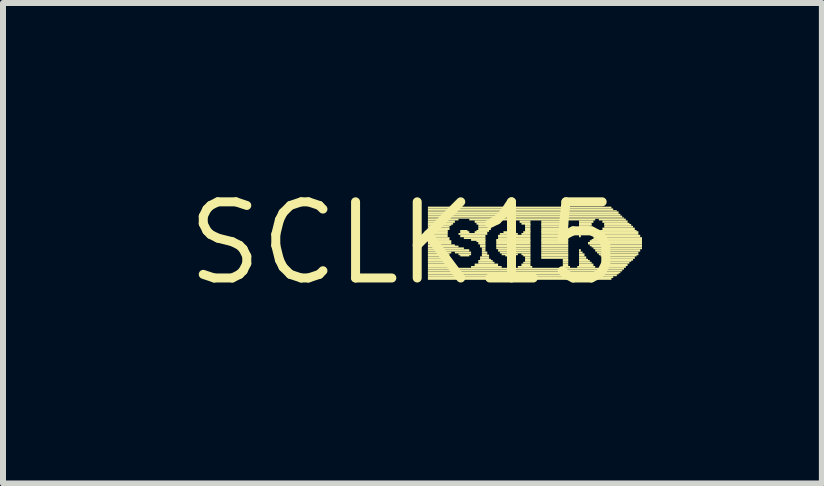
<source format=kicad_pcb>
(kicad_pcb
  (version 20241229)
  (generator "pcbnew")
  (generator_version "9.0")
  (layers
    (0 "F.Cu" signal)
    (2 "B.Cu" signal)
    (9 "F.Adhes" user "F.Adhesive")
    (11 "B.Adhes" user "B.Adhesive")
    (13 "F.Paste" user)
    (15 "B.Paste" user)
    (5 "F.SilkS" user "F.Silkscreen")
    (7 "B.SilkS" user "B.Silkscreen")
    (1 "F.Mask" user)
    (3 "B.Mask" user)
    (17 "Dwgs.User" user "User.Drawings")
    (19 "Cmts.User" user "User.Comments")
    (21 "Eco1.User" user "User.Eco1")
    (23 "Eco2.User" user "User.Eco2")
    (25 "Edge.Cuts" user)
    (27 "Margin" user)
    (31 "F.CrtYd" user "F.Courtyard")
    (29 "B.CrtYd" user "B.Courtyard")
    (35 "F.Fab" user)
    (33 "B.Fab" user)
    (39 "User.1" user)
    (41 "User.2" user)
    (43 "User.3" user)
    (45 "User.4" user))
  (footprint "SCLK15"
    (layer "F.Cu")
    (at 3.696 1.006)
    (property "Reference" "SCLK15" (at 0 0 0) (layer "F.SilkS") (effects (font (size 1.27 1.27) (thickness 0.15))))
    (fp_poly (pts (xy 0.39 -0.58) (xy 3.45 -0.58) (xy 3.45 -0.61) (xy 0.39 -0.61)) (stroke (width 0) (type default)) (fill yes) (layer "F.SilkS"))
    (fp_poly (pts (xy 0.39 -0.55) (xy 3.48 -0.55) (xy 3.48 -0.58) (xy 0.39 -0.58)) (stroke (width 0) (type default)) (fill yes) (layer "F.SilkS"))
    (fp_poly (pts (xy 0.39 -0.53) (xy 3.54 -0.53) (xy 3.54 -0.55) (xy 0.39 -0.55)) (stroke (width 0) (type default)) (fill yes) (layer "F.SilkS"))
    (fp_poly (pts (xy 0.39 -0.49) (xy 3.57 -0.49) (xy 3.57 -0.53) (xy 0.39 -0.53)) (stroke (width 0) (type default)) (fill yes) (layer "F.SilkS"))
    (fp_poly (pts (xy 0.39 -0.46) (xy 3.6 -0.46) (xy 3.6 -0.49) (xy 0.39 -0.49)) (stroke (width 0) (type default)) (fill yes) (layer "F.SilkS"))
    (fp_poly (pts (xy 0.39 -0.43) (xy 3.63 -0.43) (xy 3.63 -0.46) (xy 0.39 -0.46)) (stroke (width 0) (type default)) (fill yes) (layer "F.SilkS"))
    (fp_poly (pts (xy 0.39 -0.41) (xy 3.66 -0.41) (xy 3.66 -0.43) (xy 0.39 -0.43)) (stroke (width 0) (type default)) (fill yes) (layer "F.SilkS"))
    (fp_poly (pts (xy 0.39 -0.38) (xy 0.9 -0.38) (xy 0.9 -0.41) (xy 0.39 -0.41)) (stroke (width 0) (type default)) (fill yes) (layer "F.SilkS"))
    (fp_poly (pts (xy 0.39 -0.34) (xy 0.84 -0.34) (xy 0.84 -0.38) (xy 0.39 -0.38)) (stroke (width 0) (type default)) (fill yes) (layer "F.SilkS"))
    (fp_poly (pts (xy 0.39 -0.31) (xy 0.81 -0.31) (xy 0.81 -0.34) (xy 0.39 -0.34)) (stroke (width 0) (type default)) (fill yes) (layer "F.SilkS"))
    (fp_poly (pts (xy 0.39 -0.29) (xy 0.78 -0.29) (xy 0.78 -0.32) (xy 0.39 -0.32)) (stroke (width 0) (type default)) (fill yes) (layer "F.SilkS"))
    (fp_poly (pts (xy 0.39 -0.26) (xy 0.75 -0.26) (xy 0.75 -0.29) (xy 0.39 -0.29)) (stroke (width 0) (type default)) (fill yes) (layer "F.SilkS"))
    (fp_poly (pts (xy 0.39 -0.22) (xy 0.75 -0.22) (xy 0.75 -0.26) (xy 0.39 -0.26)) (stroke (width 0) (type default)) (fill yes) (layer "F.SilkS"))
    (fp_poly (pts (xy 0.39 -0.19) (xy 0.72 -0.19) (xy 0.72 -0.22) (xy 0.39 -0.22)) (stroke (width 0) (type default)) (fill yes) (layer "F.SilkS"))
    (fp_poly (pts (xy 0.39 -0.17) (xy 0.72 -0.17) (xy 0.72 -0.2) (xy 0.39 -0.2)) (stroke (width 0) (type default)) (fill yes) (layer "F.SilkS"))
    (fp_poly (pts (xy 0.39 -0.14) (xy 0.72 -0.14) (xy 0.72 -0.17) (xy 0.39 -0.17)) (stroke (width 0) (type default)) (fill yes) (layer "F.SilkS"))
    (fp_poly (pts (xy 0.39 -0.1) (xy 0.72 -0.1) (xy 0.72 -0.14) (xy 0.39 -0.14)) (stroke (width 0) (type default)) (fill yes) (layer "F.SilkS"))
    (fp_poly (pts (xy 0.39 -0.07) (xy 0.75 -0.07) (xy 0.75 -0.1) (xy 0.39 -0.1)) (stroke (width 0) (type default)) (fill yes) (layer "F.SilkS"))
    (fp_poly (pts (xy 0.39 -0.04) (xy 0.75 -0.04) (xy 0.75 -0.07) (xy 0.39 -0.07)) (stroke (width 0) (type default)) (fill yes) (layer "F.SilkS"))
    (fp_poly (pts (xy 0.39 -0.02) (xy 0.78 -0.02) (xy 0.78 -0.05) (xy 0.39 -0.05)) (stroke (width 0) (type default)) (fill yes) (layer "F.SilkS"))
    (fp_poly (pts (xy 0.39 0.02) (xy 0.78 0.02) (xy 0.78 -0.02) (xy 0.39 -0.02)) (stroke (width 0) (type default)) (fill yes) (layer "F.SilkS"))
    (fp_poly (pts (xy 0.39 0.05) (xy 0.84 0.05) (xy 0.84 0.02) (xy 0.39 0.02)) (stroke (width 0) (type default)) (fill yes) (layer "F.SilkS"))
    (fp_poly (pts (xy 0.39 0.07) (xy 0.9 0.07) (xy 0.9 0.04) (xy 0.39 0.04)) (stroke (width 0) (type default)) (fill yes) (layer "F.SilkS"))
    (fp_poly (pts (xy 0.39 0.1) (xy 0.99 0.1) (xy 0.99 0.07) (xy 0.39 0.07)) (stroke (width 0) (type default)) (fill yes) (layer "F.SilkS"))
    (fp_poly (pts (xy 0.39 0.14) (xy 1.08 0.14) (xy 1.08 0.1) (xy 0.39 0.1)) (stroke (width 0) (type default)) (fill yes) (layer "F.SilkS"))
    (fp_poly (pts (xy 0.39 0.17) (xy 0.78 0.17) (xy 0.78 0.14) (xy 0.39 0.14)) (stroke (width 0) (type default)) (fill yes) (layer "F.SilkS"))
    (fp_poly (pts (xy 0.39 0.2) (xy 0.75 0.2) (xy 0.75 0.17) (xy 0.39 0.17)) (stroke (width 0) (type default)) (fill yes) (layer "F.SilkS"))
    (fp_poly (pts (xy 0.39 0.22) (xy 0.72 0.22) (xy 0.72 0.19) (xy 0.39 0.19)) (stroke (width 0) (type default)) (fill yes) (layer "F.SilkS"))
    (fp_poly (pts (xy 0.39 0.26) (xy 0.72 0.26) (xy 0.72 0.22) (xy 0.39 0.22)) (stroke (width 0) (type default)) (fill yes) (layer "F.SilkS"))
    (fp_poly (pts (xy 0.39 0.29) (xy 0.72 0.29) (xy 0.72 0.26) (xy 0.39 0.26)) (stroke (width 0) (type default)) (fill yes) (layer "F.SilkS"))
    (fp_poly (pts (xy 0.39 0.31) (xy 0.75 0.31) (xy 0.75 0.28) (xy 0.39 0.28)) (stroke (width 0) (type default)) (fill yes) (layer "F.SilkS"))
    (fp_poly (pts (xy 0.39 0.34) (xy 0.78 0.34) (xy 0.78 0.31) (xy 0.39 0.31)) (stroke (width 0) (type default)) (fill yes) (layer "F.SilkS"))
    (fp_poly (pts (xy 0.39 0.38) (xy 0.81 0.38) (xy 0.81 0.34) (xy 0.39 0.34)) (stroke (width 0) (type default)) (fill yes) (layer "F.SilkS"))
    (fp_poly (pts (xy 0.39 0.41) (xy 0.87 0.41) (xy 0.87 0.38) (xy 0.39 0.38)) (stroke (width 0) (type default)) (fill yes) (layer "F.SilkS"))
    (fp_poly (pts (xy 0.39 0.44) (xy 3.66 0.44) (xy 3.66 0.41) (xy 0.39 0.41)) (stroke (width 0) (type default)) (fill yes) (layer "F.SilkS"))
    (fp_poly (pts (xy 0.39 0.47) (xy 3.63 0.47) (xy 3.63 0.44) (xy 0.39 0.44)) (stroke (width 0) (type default)) (fill yes) (layer "F.SilkS"))
    (fp_poly (pts (xy 0.39 0.5) (xy 3.6 0.5) (xy 3.6 0.47) (xy 0.39 0.47)) (stroke (width 0) (type default)) (fill yes) (layer "F.SilkS"))
    (fp_poly (pts (xy 0.39 0.52) (xy 3.57 0.52) (xy 3.57 0.49) (xy 0.39 0.49)) (stroke (width 0) (type default)) (fill yes) (layer "F.SilkS"))
    (fp_poly (pts (xy 0.39 0.55) (xy 3.54 0.55) (xy 3.54 0.52) (xy 0.39 0.52)) (stroke (width 0) (type default)) (fill yes) (layer "F.SilkS"))
    (fp_poly (pts (xy 0.39 0.58) (xy 3.48 0.58) (xy 3.48 0.55) (xy 0.39 0.55)) (stroke (width 0) (type default)) (fill yes) (layer "F.SilkS"))
    (fp_poly (pts (xy 0.39 0.61) (xy 3.45 0.61) (xy 3.45 0.58) (xy 0.39 0.58)) (stroke (width 0) (type default)) (fill yes) (layer "F.SilkS"))
    (fp_poly (pts (xy 0.84 0.17) (xy 1.11 0.17) (xy 1.11 0.14) (xy 0.84 0.14)) (stroke (width 0) (type default)) (fill yes) (layer "F.SilkS"))
    (fp_poly (pts (xy 0.9 -0.14) (xy 1.38 -0.14) (xy 1.38 -0.17) (xy 0.9 -0.17)) (stroke (width 0) (type default)) (fill yes) (layer "F.SilkS"))
    (fp_poly (pts (xy 0.9 0.2) (xy 1.11 0.2) (xy 1.11 0.17) (xy 0.9 0.17)) (stroke (width 0) (type default)) (fill yes) (layer "F.SilkS"))
    (fp_poly (pts (xy 0.93 -0.19) (xy 1.05 -0.19) (xy 1.05 -0.22) (xy 0.93 -0.22)) (stroke (width 0) (type default)) (fill yes) (layer "F.SilkS"))
    (fp_poly (pts (xy 0.93 -0.17) (xy 1.08 -0.17) (xy 1.08 -0.2) (xy 0.93 -0.2)) (stroke (width 0) (type default)) (fill yes) (layer "F.SilkS"))
    (fp_poly (pts (xy 0.93 -0.1) (xy 1.35 -0.1) (xy 1.35 -0.14) (xy 0.93 -0.14)) (stroke (width 0) (type default)) (fill yes) (layer "F.SilkS"))
    (fp_poly (pts (xy 0.93 0.22) (xy 1.08 0.22) (xy 1.08 0.19) (xy 0.93 0.19)) (stroke (width 0) (type default)) (fill yes) (layer "F.SilkS"))
    (fp_poly (pts (xy 0.99 -0.07) (xy 1.35 -0.07) (xy 1.35 -0.1) (xy 0.99 -0.1)) (stroke (width 0) (type default)) (fill yes) (layer "F.SilkS"))
    (fp_poly (pts (xy 1.08 -0.38) (xy 1.71 -0.38) (xy 1.71 -0.41) (xy 1.08 -0.41)) (stroke (width 0) (type default)) (fill yes) (layer "F.SilkS"))
    (fp_poly (pts (xy 1.11 -0.04) (xy 1.35 -0.04) (xy 1.35 -0.07) (xy 1.11 -0.07)) (stroke (width 0) (type default)) (fill yes) (layer "F.SilkS"))
    (fp_poly (pts (xy 1.11 0.41) (xy 1.62 0.41) (xy 1.62 0.38) (xy 1.11 0.38)) (stroke (width 0) (type default)) (fill yes) (layer "F.SilkS"))
    (fp_poly (pts (xy 1.17 -0.34) (xy 1.59 -0.34) (xy 1.59 -0.38) (xy 1.17 -0.38)) (stroke (width 0) (type default)) (fill yes) (layer "F.SilkS"))
    (fp_poly (pts (xy 1.17 -0.17) (xy 1.38 -0.17) (xy 1.38 -0.2) (xy 1.17 -0.2)) (stroke (width 0) (type default)) (fill yes) (layer "F.SilkS"))
    (fp_poly (pts (xy 1.17 0.38) (xy 1.56 0.38) (xy 1.56 0.34) (xy 1.17 0.34)) (stroke (width 0) (type default)) (fill yes) (layer "F.SilkS"))
    (fp_poly (pts (xy 1.2 -0.31) (xy 1.53 -0.31) (xy 1.53 -0.34) (xy 1.2 -0.34)) (stroke (width 0) (type default)) (fill yes) (layer "F.SilkS"))
    (fp_poly (pts (xy 1.2 -0.19) (xy 1.41 -0.19) (xy 1.41 -0.22) (xy 1.2 -0.22)) (stroke (width 0) (type default)) (fill yes) (layer "F.SilkS"))
    (fp_poly (pts (xy 1.2 -0.02) (xy 1.35 -0.02) (xy 1.35 -0.05) (xy 1.2 -0.05)) (stroke (width 0) (type default)) (fill yes) (layer "F.SilkS"))
    (fp_poly (pts (xy 1.23 -0.29) (xy 1.5 -0.29) (xy 1.5 -0.32) (xy 1.23 -0.32)) (stroke (width 0) (type default)) (fill yes) (layer "F.SilkS"))
    (fp_poly (pts (xy 1.23 -0.26) (xy 1.44 -0.26) (xy 1.44 -0.29) (xy 1.23 -0.29)) (stroke (width 0) (type default)) (fill yes) (layer "F.SilkS"))
    (fp_poly (pts (xy 1.23 -0.22) (xy 1.44 -0.22) (xy 1.44 -0.26) (xy 1.23 -0.26)) (stroke (width 0) (type default)) (fill yes) (layer "F.SilkS"))
    (fp_poly (pts (xy 1.23 0.02) (xy 1.35 0.02) (xy 1.35 -0.02) (xy 1.23 -0.02)) (stroke (width 0) (type default)) (fill yes) (layer "F.SilkS"))
    (fp_poly (pts (xy 1.23 0.31) (xy 1.47 0.31) (xy 1.47 0.28) (xy 1.23 0.28)) (stroke (width 0) (type default)) (fill yes) (layer "F.SilkS"))
    (fp_poly (pts (xy 1.23 0.34) (xy 1.5 0.34) (xy 1.5 0.31) (xy 1.23 0.31)) (stroke (width 0) (type default)) (fill yes) (layer "F.SilkS"))
    (fp_poly (pts (xy 1.26 0.05) (xy 1.35 0.05) (xy 1.35 0.02) (xy 1.26 0.02)) (stroke (width 0) (type default)) (fill yes) (layer "F.SilkS"))
    (fp_poly (pts (xy 1.26 0.07) (xy 1.35 0.07) (xy 1.35 0.04) (xy 1.26 0.04)) (stroke (width 0) (type default)) (fill yes) (layer "F.SilkS"))
    (fp_poly (pts (xy 1.26 0.26) (xy 1.41 0.26) (xy 1.41 0.22) (xy 1.26 0.22)) (stroke (width 0) (type default)) (fill yes) (layer "F.SilkS"))
    (fp_poly (pts (xy 1.26 0.29) (xy 1.44 0.29) (xy 1.44 0.26) (xy 1.26 0.26)) (stroke (width 0) (type default)) (fill yes) (layer "F.SilkS"))
    (fp_poly (pts (xy 1.29 0.1) (xy 1.35 0.1) (xy 1.35 0.07) (xy 1.29 0.07)) (stroke (width 0) (type default)) (fill yes) (layer "F.SilkS"))
    (fp_poly (pts (xy 1.29 0.14) (xy 1.35 0.14) (xy 1.35 0.1) (xy 1.29 0.1)) (stroke (width 0) (type default)) (fill yes) (layer "F.SilkS"))
    (fp_poly (pts (xy 1.29 0.17) (xy 1.38 0.17) (xy 1.38 0.14) (xy 1.29 0.14)) (stroke (width 0) (type default)) (fill yes) (layer "F.SilkS"))
    (fp_poly (pts (xy 1.29 0.2) (xy 1.38 0.2) (xy 1.38 0.17) (xy 1.29 0.17)) (stroke (width 0) (type default)) (fill yes) (layer "F.SilkS"))
    (fp_poly (pts (xy 1.29 0.22) (xy 1.41 0.22) (xy 1.41 0.19) (xy 1.29 0.19)) (stroke (width 0) (type default)) (fill yes) (layer "F.SilkS"))
    (fp_poly (pts (xy 1.53 -0.04) (xy 2.1 -0.04) (xy 2.1 -0.07) (xy 1.53 -0.07)) (stroke (width 0) (type default)) (fill yes) (layer "F.SilkS"))
    (fp_poly (pts (xy 1.53 -0.02) (xy 2.1 -0.02) (xy 2.1 -0.05) (xy 1.53 -0.05)) (stroke (width 0) (type default)) (fill yes) (layer "F.SilkS"))
    (fp_poly (pts (xy 1.53 0.02) (xy 2.1 0.02) (xy 2.1 -0.02) (xy 1.53 -0.02)) (stroke (width 0) (type default)) (fill yes) (layer "F.SilkS"))
    (fp_poly (pts (xy 1.53 0.05) (xy 2.1 0.05) (xy 2.1 0.02) (xy 1.53 0.02)) (stroke (width 0) (type default)) (fill yes) (layer "F.SilkS"))
    (fp_poly (pts (xy 1.53 0.07) (xy 2.1 0.07) (xy 2.1 0.04) (xy 1.53 0.04)) (stroke (width 0) (type default)) (fill yes) (layer "F.SilkS"))
    (fp_poly (pts (xy 1.53 0.1) (xy 2.1 0.1) (xy 2.1 0.07) (xy 1.53 0.07)) (stroke (width 0) (type default)) (fill yes) (layer "F.SilkS"))
    (fp_poly (pts (xy 1.56 -0.1) (xy 2.1 -0.1) (xy 2.1 -0.14) (xy 1.56 -0.14)) (stroke (width 0) (type default)) (fill yes) (layer "F.SilkS"))
    (fp_poly (pts (xy 1.56 -0.07) (xy 2.1 -0.07) (xy 2.1 -0.1) (xy 1.56 -0.1)) (stroke (width 0) (type default)) (fill yes) (layer "F.SilkS"))
    (fp_poly (pts (xy 1.56 0.14) (xy 2.1 0.14) (xy 2.1 0.1) (xy 1.56 0.1)) (stroke (width 0) (type default)) (fill yes) (layer "F.SilkS"))
    (fp_poly (pts (xy 1.59 -0.14) (xy 1.89 -0.14) (xy 1.89 -0.17) (xy 1.59 -0.17)) (stroke (width 0) (type default)) (fill yes) (layer "F.SilkS"))
    (fp_poly (pts (xy 1.59 0.17) (xy 2.1 0.17) (xy 2.1 0.14) (xy 1.59 0.14)) (stroke (width 0) (type default)) (fill yes) (layer "F.SilkS"))
    (fp_poly (pts (xy 1.62 0.2) (xy 1.89 0.2) (xy 1.89 0.17) (xy 1.62 0.17)) (stroke (width 0) (type default)) (fill yes) (layer "F.SilkS"))
    (fp_poly (pts (xy 1.65 -0.17) (xy 1.86 -0.17) (xy 1.86 -0.2) (xy 1.65 -0.2)) (stroke (width 0) (type default)) (fill yes) (layer "F.SilkS"))
    (fp_poly (pts (xy 1.68 0.22) (xy 1.83 0.22) (xy 1.83 0.19) (xy 1.68 0.19)) (stroke (width 0) (type default)) (fill yes) (layer "F.SilkS"))
    (fp_poly (pts (xy 1.8 -0.38) (xy 3.18 -0.38) (xy 3.18 -0.41) (xy 1.8 -0.41)) (stroke (width 0) (type default)) (fill yes) (layer "F.SilkS"))
    (fp_poly (pts (xy 1.89 0.41) (xy 2.13 0.41) (xy 2.13 0.38) (xy 1.89 0.38)) (stroke (width 0) (type default)) (fill yes) (layer "F.SilkS"))
    (fp_poly (pts (xy 1.92 -0.34) (xy 2.1 -0.34) (xy 2.1 -0.38) (xy 1.92 -0.38)) (stroke (width 0) (type default)) (fill yes) (layer "F.SilkS"))
    (fp_poly (pts (xy 1.95 -0.31) (xy 2.1 -0.31) (xy 2.1 -0.34) (xy 1.95 -0.34)) (stroke (width 0) (type default)) (fill yes) (layer "F.SilkS"))
    (fp_poly (pts (xy 1.95 -0.14) (xy 2.1 -0.14) (xy 2.1 -0.17) (xy 1.95 -0.17)) (stroke (width 0) (type default)) (fill yes) (layer "F.SilkS"))
    (fp_poly (pts (xy 1.95 0.2) (xy 2.1 0.2) (xy 2.1 0.17) (xy 1.95 0.17)) (stroke (width 0) (type default)) (fill yes) (layer "F.SilkS"))
    (fp_poly (pts (xy 1.95 0.38) (xy 2.1 0.38) (xy 2.1 0.34) (xy 1.95 0.34)) (stroke (width 0) (type default)) (fill yes) (layer "F.SilkS"))
    (fp_poly (pts (xy 1.98 -0.17) (xy 2.1 -0.17) (xy 2.1 -0.2) (xy 1.98 -0.2)) (stroke (width 0) (type default)) (fill yes) (layer "F.SilkS"))
    (fp_poly (pts (xy 1.98 0.22) (xy 2.1 0.22) (xy 2.1 0.19) (xy 1.98 0.19)) (stroke (width 0) (type default)) (fill yes) (layer "F.SilkS"))
    (fp_poly (pts (xy 1.98 0.34) (xy 2.1 0.34) (xy 2.1 0.31) (xy 1.98 0.31)) (stroke (width 0) (type default)) (fill yes) (layer "F.SilkS"))
    (fp_poly (pts (xy 2.01 -0.29) (xy 2.1 -0.29) (xy 2.1 -0.32) (xy 2.01 -0.32)) (stroke (width 0) (type default)) (fill yes) (layer "F.SilkS"))
    (fp_poly (pts (xy 2.01 -0.26) (xy 2.1 -0.26) (xy 2.1 -0.29) (xy 2.01 -0.29)) (stroke (width 0) (type default)) (fill yes) (layer "F.SilkS"))
    (fp_poly (pts (xy 2.01 -0.22) (xy 2.1 -0.22) (xy 2.1 -0.26) (xy 2.01 -0.26)) (stroke (width 0) (type default)) (fill yes) (layer "F.SilkS"))
    (fp_poly (pts (xy 2.01 -0.19) (xy 2.1 -0.19) (xy 2.1 -0.22) (xy 2.01 -0.22)) (stroke (width 0) (type default)) (fill yes) (layer "F.SilkS"))
    (fp_poly (pts (xy 2.01 0.26) (xy 2.1 0.26) (xy 2.1 0.22) (xy 2.01 0.22)) (stroke (width 0) (type default)) (fill yes) (layer "F.SilkS"))
    (fp_poly (pts (xy 2.01 0.29) (xy 2.1 0.29) (xy 2.1 0.26) (xy 2.01 0.26)) (stroke (width 0) (type default)) (fill yes) (layer "F.SilkS"))
    (fp_poly (pts (xy 2.01 0.31) (xy 2.1 0.31) (xy 2.1 0.28) (xy 2.01 0.28)) (stroke (width 0) (type default)) (fill yes) (layer "F.SilkS"))
    (fp_poly (pts (xy 2.28 -0.34) (xy 2.73 -0.34) (xy 2.73 -0.38) (xy 2.28 -0.38)) (stroke (width 0) (type default)) (fill yes) (layer "F.SilkS"))
    (fp_poly (pts (xy 2.28 -0.31) (xy 2.73 -0.31) (xy 2.73 -0.34) (xy 2.28 -0.34)) (stroke (width 0) (type default)) (fill yes) (layer "F.SilkS"))
    (fp_poly (pts (xy 2.28 -0.29) (xy 2.73 -0.29) (xy 2.73 -0.32) (xy 2.28 -0.32)) (stroke (width 0) (type default)) (fill yes) (layer "F.SilkS"))
    (fp_poly (pts (xy 2.28 -0.26) (xy 2.73 -0.26) (xy 2.73 -0.29) (xy 2.28 -0.29)) (stroke (width 0) (type default)) (fill yes) (layer "F.SilkS"))
    (fp_poly (pts (xy 2.28 -0.22) (xy 2.73 -0.22) (xy 2.73 -0.26) (xy 2.28 -0.26)) (stroke (width 0) (type default)) (fill yes) (layer "F.SilkS"))
    (fp_poly (pts (xy 2.28 -0.19) (xy 2.73 -0.19) (xy 2.73 -0.22) (xy 2.28 -0.22)) (stroke (width 0) (type default)) (fill yes) (layer "F.SilkS"))
    (fp_poly (pts (xy 2.28 -0.17) (xy 2.73 -0.17) (xy 2.73 -0.2) (xy 2.28 -0.2)) (stroke (width 0) (type default)) (fill yes) (layer "F.SilkS"))
    (fp_poly (pts (xy 2.28 -0.14) (xy 2.73 -0.14) (xy 2.73 -0.17) (xy 2.28 -0.17)) (stroke (width 0) (type default)) (fill yes) (layer "F.SilkS"))
    (fp_poly (pts (xy 2.28 -0.1) (xy 2.73 -0.1) (xy 2.73 -0.14) (xy 2.28 -0.14)) (stroke (width 0) (type default)) (fill yes) (layer "F.SilkS"))
    (fp_poly (pts (xy 2.28 -0.07) (xy 2.73 -0.07) (xy 2.73 -0.1) (xy 2.28 -0.1)) (stroke (width 0) (type default)) (fill yes) (layer "F.SilkS"))
    (fp_poly (pts (xy 2.28 -0.04) (xy 2.73 -0.04) (xy 2.73 -0.07) (xy 2.28 -0.07)) (stroke (width 0) (type default)) (fill yes) (layer "F.SilkS"))
    (fp_poly (pts (xy 2.28 -0.02) (xy 2.73 -0.02) (xy 2.73 -0.05) (xy 2.28 -0.05)) (stroke (width 0) (type default)) (fill yes) (layer "F.SilkS"))
    (fp_poly (pts (xy 2.28 0.02) (xy 2.73 0.02) (xy 2.73 -0.02) (xy 2.28 -0.02)) (stroke (width 0) (type default)) (fill yes) (layer "F.SilkS"))
    (fp_poly (pts (xy 2.28 0.05) (xy 2.73 0.05) (xy 2.73 0.02) (xy 2.28 0.02)) (stroke (width 0) (type default)) (fill yes) (layer "F.SilkS"))
    (fp_poly (pts (xy 2.28 0.07) (xy 2.73 0.07) (xy 2.73 0.04) (xy 2.28 0.04)) (stroke (width 0) (type default)) (fill yes) (layer "F.SilkS"))
    (fp_poly (pts (xy 2.28 0.1) (xy 2.73 0.1) (xy 2.73 0.07) (xy 2.28 0.07)) (stroke (width 0) (type default)) (fill yes) (layer "F.SilkS"))
    (fp_poly (pts (xy 2.28 0.14) (xy 2.73 0.14) (xy 2.73 0.1) (xy 2.28 0.1)) (stroke (width 0) (type default)) (fill yes) (layer "F.SilkS"))
    (fp_poly (pts (xy 2.28 0.17) (xy 2.73 0.17) (xy 2.73 0.14) (xy 2.28 0.14)) (stroke (width 0) (type default)) (fill yes) (layer "F.SilkS"))
    (fp_poly (pts (xy 2.28 0.2) (xy 2.73 0.2) (xy 2.73 0.17) (xy 2.28 0.17)) (stroke (width 0) (type default)) (fill yes) (layer "F.SilkS"))
    (fp_poly (pts (xy 2.28 0.22) (xy 2.73 0.22) (xy 2.73 0.19) (xy 2.28 0.19)) (stroke (width 0) (type default)) (fill yes) (layer "F.SilkS"))
    (fp_poly (pts (xy 2.28 0.26) (xy 2.73 0.26) (xy 2.73 0.22) (xy 2.28 0.22)) (stroke (width 0) (type default)) (fill yes) (layer "F.SilkS"))
    (fp_poly (pts (xy 2.64 0.29) (xy 2.73 0.29) (xy 2.73 0.26) (xy 2.64 0.26)) (stroke (width 0) (type default)) (fill yes) (layer "F.SilkS"))
    (fp_poly (pts (xy 2.64 0.31) (xy 2.73 0.31) (xy 2.73 0.28) (xy 2.64 0.28)) (stroke (width 0) (type default)) (fill yes) (layer "F.SilkS"))
    (fp_poly (pts (xy 2.64 0.34) (xy 2.73 0.34) (xy 2.73 0.31) (xy 2.64 0.31)) (stroke (width 0) (type default)) (fill yes) (layer "F.SilkS"))
    (fp_poly (pts (xy 2.64 0.38) (xy 2.73 0.38) (xy 2.73 0.34) (xy 2.64 0.34)) (stroke (width 0) (type default)) (fill yes) (layer "F.SilkS"))
    (fp_poly (pts (xy 2.64 0.41) (xy 2.76 0.41) (xy 2.76 0.38) (xy 2.64 0.38)) (stroke (width 0) (type default)) (fill yes) (layer "F.SilkS"))
    (fp_poly (pts (xy 2.88 0.41) (xy 3.18 0.41) (xy 3.18 0.38) (xy 2.88 0.38)) (stroke (width 0) (type default)) (fill yes) (layer "F.SilkS"))
    (fp_poly (pts (xy 2.91 -0.34) (xy 3.15 -0.34) (xy 3.15 -0.38) (xy 2.91 -0.38)) (stroke (width 0) (type default)) (fill yes) (layer "F.SilkS"))
    (fp_poly (pts (xy 2.91 -0.31) (xy 3.12 -0.31) (xy 3.12 -0.34) (xy 2.91 -0.34)) (stroke (width 0) (type default)) (fill yes) (layer "F.SilkS"))
    (fp_poly (pts (xy 2.91 -0.29) (xy 3.12 -0.29) (xy 3.12 -0.32) (xy 2.91 -0.32)) (stroke (width 0) (type default)) (fill yes) (layer "F.SilkS"))
    (fp_poly (pts (xy 2.91 -0.26) (xy 3.09 -0.26) (xy 3.09 -0.29) (xy 2.91 -0.29)) (stroke (width 0) (type default)) (fill yes) (layer "F.SilkS"))
    (fp_poly (pts (xy 2.91 -0.22) (xy 3.06 -0.22) (xy 3.06 -0.26) (xy 2.91 -0.26)) (stroke (width 0) (type default)) (fill yes) (layer "F.SilkS"))
    (fp_poly (pts (xy 2.91 -0.19) (xy 3.03 -0.19) (xy 3.03 -0.22) (xy 2.91 -0.22)) (stroke (width 0) (type default)) (fill yes) (layer "F.SilkS"))
    (fp_poly (pts (xy 2.91 -0.17) (xy 3 -0.17) (xy 3 -0.2) (xy 2.91 -0.2)) (stroke (width 0) (type default)) (fill yes) (layer "F.SilkS"))
    (fp_poly (pts (xy 2.91 -0.14) (xy 2.97 -0.14) (xy 2.97 -0.17) (xy 2.91 -0.17)) (stroke (width 0) (type default)) (fill yes) (layer "F.SilkS"))
    (fp_poly (pts (xy 2.91 -0.1) (xy 2.94 -0.1) (xy 2.94 -0.14) (xy 2.91 -0.14)) (stroke (width 0) (type default)) (fill yes) (layer "F.SilkS"))
    (fp_poly (pts (xy 2.91 0.14) (xy 2.94 0.14) (xy 2.94 0.1) (xy 2.91 0.1)) (stroke (width 0) (type default)) (fill yes) (layer "F.SilkS"))
    (fp_poly (pts (xy 2.91 0.17) (xy 2.97 0.17) (xy 2.97 0.14) (xy 2.91 0.14)) (stroke (width 0) (type default)) (fill yes) (layer "F.SilkS"))
    (fp_poly (pts (xy 2.91 0.2) (xy 3 0.2) (xy 3 0.17) (xy 2.91 0.17)) (stroke (width 0) (type default)) (fill yes) (layer "F.SilkS"))
    (fp_poly (pts (xy 2.91 0.22) (xy 3 0.22) (xy 3 0.19) (xy 2.91 0.19)) (stroke (width 0) (type default)) (fill yes) (layer "F.SilkS"))
    (fp_poly (pts (xy 2.91 0.26) (xy 3.03 0.26) (xy 3.03 0.22) (xy 2.91 0.22)) (stroke (width 0) (type default)) (fill yes) (layer "F.SilkS"))
    (fp_poly (pts (xy 2.91 0.29) (xy 3.06 0.29) (xy 3.06 0.26) (xy 2.91 0.26)) (stroke (width 0) (type default)) (fill yes) (layer "F.SilkS"))
    (fp_poly (pts (xy 2.91 0.31) (xy 3.09 0.31) (xy 3.09 0.28) (xy 2.91 0.28)) (stroke (width 0) (type default)) (fill yes) (layer "F.SilkS"))
    (fp_poly (pts (xy 2.91 0.34) (xy 3.12 0.34) (xy 3.12 0.31) (xy 2.91 0.31)) (stroke (width 0) (type default)) (fill yes) (layer "F.SilkS"))
    (fp_poly (pts (xy 2.91 0.38) (xy 3.15 0.38) (xy 3.15 0.34) (xy 2.91 0.34)) (stroke (width 0) (type default)) (fill yes) (layer "F.SilkS"))
    (fp_poly (pts (xy 3.06 0.02) (xy 3.96 0.02) (xy 3.96 -0.02) (xy 3.06 -0.02)) (stroke (width 0) (type default)) (fill yes) (layer "F.SilkS"))
    (fp_poly (pts (xy 3.09 -0.02) (xy 3.96 -0.02) (xy 3.96 -0.05) (xy 3.09 -0.05)) (stroke (width 0) (type default)) (fill yes) (layer "F.SilkS"))
    (fp_poly (pts (xy 3.09 0.05) (xy 3.96 0.05) (xy 3.96 0.02) (xy 3.09 0.02)) (stroke (width 0) (type default)) (fill yes) (layer "F.SilkS"))
    (fp_poly (pts (xy 3.12 -0.04) (xy 3.96 -0.04) (xy 3.96 -0.07) (xy 3.12 -0.07)) (stroke (width 0) (type default)) (fill yes) (layer "F.SilkS"))
    (fp_poly (pts (xy 3.12 0.07) (xy 3.96 0.07) (xy 3.96 0.04) (xy 3.12 0.04)) (stroke (width 0) (type default)) (fill yes) (layer "F.SilkS"))
    (fp_poly (pts (xy 3.15 -0.07) (xy 3.96 -0.07) (xy 3.96 -0.1) (xy 3.15 -0.1)) (stroke (width 0) (type default)) (fill yes) (layer "F.SilkS"))
    (fp_poly (pts (xy 3.15 0.1) (xy 3.96 0.1) (xy 3.96 0.07) (xy 3.15 0.07)) (stroke (width 0) (type default)) (fill yes) (layer "F.SilkS"))
    (fp_poly (pts (xy 3.18 -0.1) (xy 3.93 -0.1) (xy 3.93 -0.14) (xy 3.18 -0.14)) (stroke (width 0) (type default)) (fill yes) (layer "F.SilkS"))
    (fp_poly (pts (xy 3.18 0.14) (xy 3.93 0.14) (xy 3.93 0.1) (xy 3.18 0.1)) (stroke (width 0) (type default)) (fill yes) (layer "F.SilkS"))
    (fp_poly (pts (xy 3.21 -0.14) (xy 3.9 -0.14) (xy 3.9 -0.17) (xy 3.21 -0.17)) (stroke (width 0) (type default)) (fill yes) (layer "F.SilkS"))
    (fp_poly (pts (xy 3.21 0.17) (xy 3.9 0.17) (xy 3.9 0.14) (xy 3.21 0.14)) (stroke (width 0) (type default)) (fill yes) (layer "F.SilkS"))
    (fp_poly (pts (xy 3.24 -0.38) (xy 3.69 -0.38) (xy 3.69 -0.41) (xy 3.24 -0.41)) (stroke (width 0) (type default)) (fill yes) (layer "F.SilkS"))
    (fp_poly (pts (xy 3.24 -0.17) (xy 3.9 -0.17) (xy 3.9 -0.2) (xy 3.24 -0.2)) (stroke (width 0) (type default)) (fill yes) (layer "F.SilkS"))
    (fp_poly (pts (xy 3.24 0.2) (xy 3.9 0.2) (xy 3.9 0.17) (xy 3.24 0.17)) (stroke (width 0) (type default)) (fill yes) (layer "F.SilkS"))
    (fp_poly (pts (xy 3.27 -0.19) (xy 3.87 -0.19) (xy 3.87 -0.22) (xy 3.27 -0.22)) (stroke (width 0) (type default)) (fill yes) (layer "F.SilkS"))
    (fp_poly (pts (xy 3.27 0.22) (xy 3.87 0.22) (xy 3.87 0.19) (xy 3.27 0.19)) (stroke (width 0) (type default)) (fill yes) (layer "F.SilkS"))
    (fp_poly (pts (xy 3.27 0.41) (xy 3.69 0.41) (xy 3.69 0.38) (xy 3.27 0.38)) (stroke (width 0) (type default)) (fill yes) (layer "F.SilkS"))
    (fp_poly (pts (xy 3.3 -0.34) (xy 3.72 -0.34) (xy 3.72 -0.38) (xy 3.3 -0.38)) (stroke (width 0) (type default)) (fill yes) (layer "F.SilkS"))
    (fp_poly (pts (xy 3.3 -0.22) (xy 3.84 -0.22) (xy 3.84 -0.26) (xy 3.3 -0.26)) (stroke (width 0) (type default)) (fill yes) (layer "F.SilkS"))
    (fp_poly (pts (xy 3.3 0.26) (xy 3.84 0.26) (xy 3.84 0.22) (xy 3.3 0.22)) (stroke (width 0) (type default)) (fill yes) (layer "F.SilkS"))
    (fp_poly (pts (xy 3.3 0.29) (xy 3.81 0.29) (xy 3.81 0.26) (xy 3.3 0.26)) (stroke (width 0) (type default)) (fill yes) (layer "F.SilkS"))
    (fp_poly (pts (xy 3.3 0.38) (xy 3.72 0.38) (xy 3.72 0.34) (xy 3.3 0.34)) (stroke (width 0) (type default)) (fill yes) (layer "F.SilkS"))
    (fp_poly (pts (xy 3.33 -0.31) (xy 3.75 -0.31) (xy 3.75 -0.34) (xy 3.33 -0.34)) (stroke (width 0) (type default)) (fill yes) (layer "F.SilkS"))
    (fp_poly (pts (xy 3.33 -0.29) (xy 3.78 -0.29) (xy 3.78 -0.32) (xy 3.33 -0.32)) (stroke (width 0) (type default)) (fill yes) (layer "F.SilkS"))
    (fp_poly (pts (xy 3.33 -0.26) (xy 3.81 -0.26) (xy 3.81 -0.29) (xy 3.33 -0.29)) (stroke (width 0) (type default)) (fill yes) (layer "F.SilkS"))
    (fp_poly (pts (xy 3.33 0.31) (xy 3.78 0.31) (xy 3.78 0.28) (xy 3.33 0.28)) (stroke (width 0) (type default)) (fill yes) (layer "F.SilkS"))
    (fp_poly (pts (xy 3.33 0.34) (xy 3.75 0.34) (xy 3.75 0.31) (xy 3.33 0.31)) (stroke (width 0) (type default)) (fill yes) (layer "F.SilkS")))
  (gr_rect
    (start -3 -3)
    (end 10.656 5.012)
    (stroke (width 0.1) (type default))
    (fill no)
    (layer "Edge.Cuts")))
</source>
